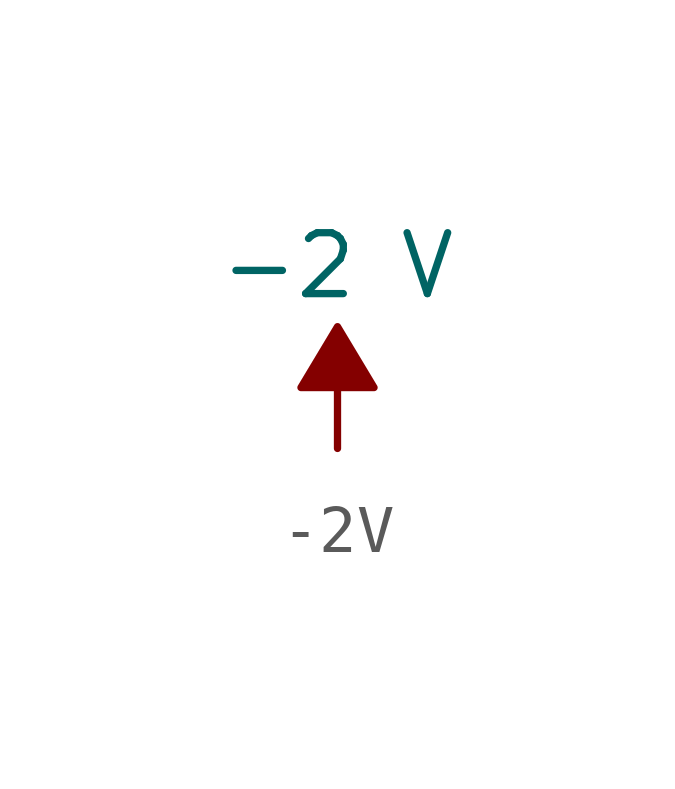
<source format=kicad_sym>
(kicad_symbol_lib
  (version 20231120)
  (generator "kicad_symbol_editor")
  (generator_version "8.0")
  (symbol "-2V"
    (power)
    (pin_numbers hide)
    (pin_names
      (offset 0) hide)
    (property "Reference" "#PWR"
      (at 0 2.54 0)
      (effects (font (size 1.27 1.27)) (hide yes)))
    (property "Value" "-2 V"
      (at 0 3.81 0)
      (effects (font (size 1.27 1.27))))
    (symbol "-2V_0_0"
      (pin power_in line (at 0 0 90) (length 0) hide (name "-10V" (effects (font (size 1.27 1.27)))) (number "1" (effects (font (size 1.27 1.27))))))
    (symbol "-2V_0_1"
      (polyline (pts (xy 0 0) (xy 0 1.27) (xy 0.762 1.27) (xy 0 2.54) (xy -0.762 1.27) (xy 0 1.27)) (stroke (width 0) (type solid)) (fill (type outline))))))
</source>
